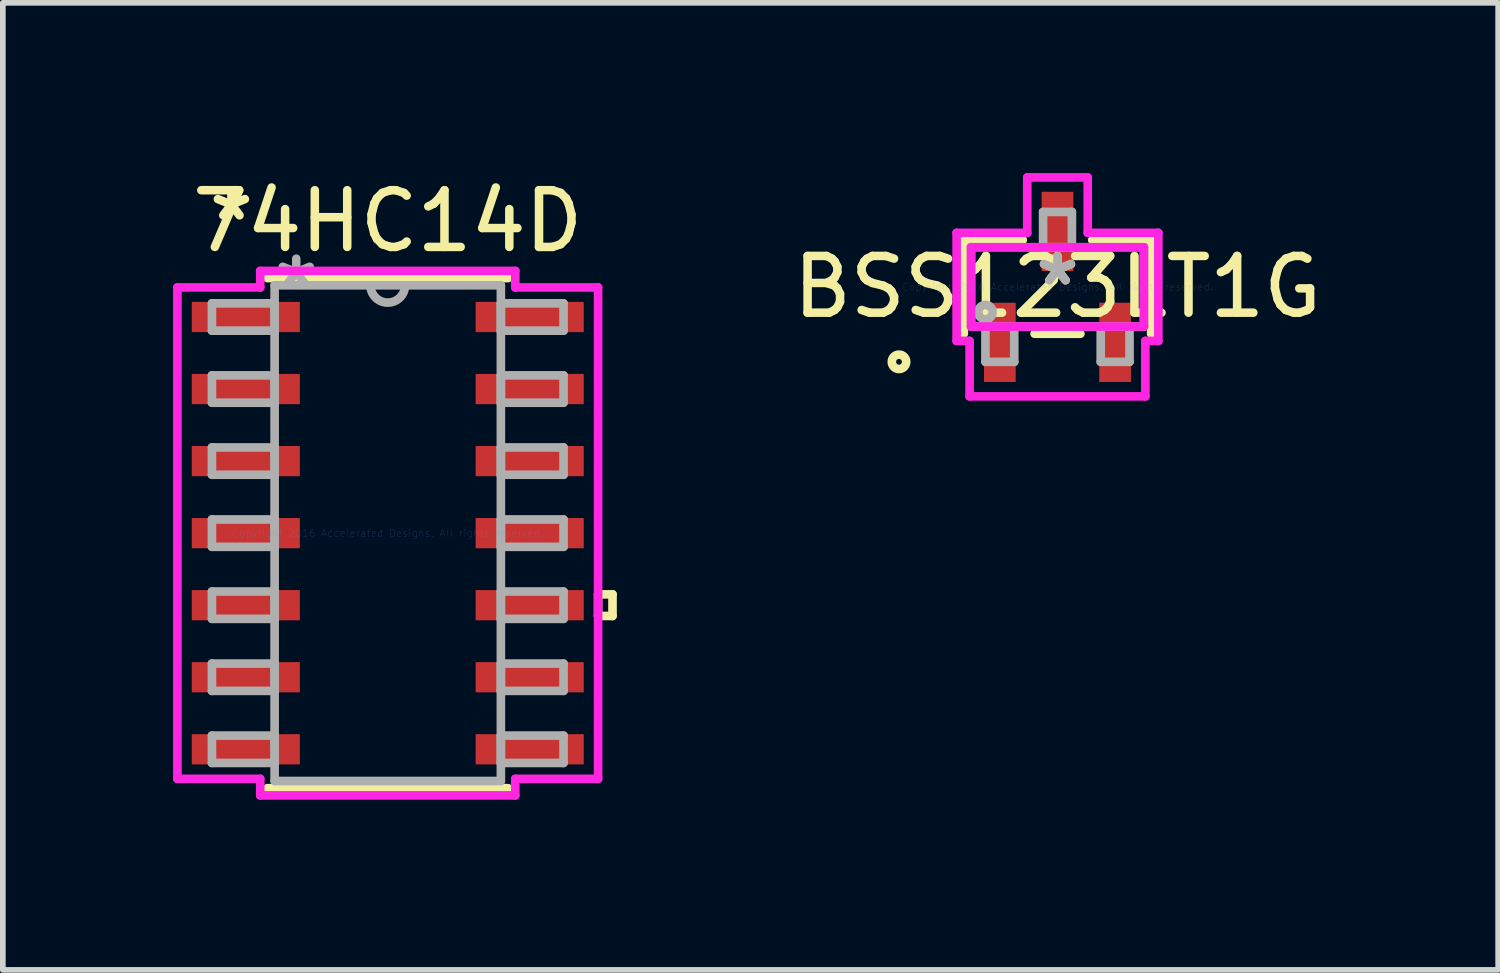
<source format=kicad_pcb>
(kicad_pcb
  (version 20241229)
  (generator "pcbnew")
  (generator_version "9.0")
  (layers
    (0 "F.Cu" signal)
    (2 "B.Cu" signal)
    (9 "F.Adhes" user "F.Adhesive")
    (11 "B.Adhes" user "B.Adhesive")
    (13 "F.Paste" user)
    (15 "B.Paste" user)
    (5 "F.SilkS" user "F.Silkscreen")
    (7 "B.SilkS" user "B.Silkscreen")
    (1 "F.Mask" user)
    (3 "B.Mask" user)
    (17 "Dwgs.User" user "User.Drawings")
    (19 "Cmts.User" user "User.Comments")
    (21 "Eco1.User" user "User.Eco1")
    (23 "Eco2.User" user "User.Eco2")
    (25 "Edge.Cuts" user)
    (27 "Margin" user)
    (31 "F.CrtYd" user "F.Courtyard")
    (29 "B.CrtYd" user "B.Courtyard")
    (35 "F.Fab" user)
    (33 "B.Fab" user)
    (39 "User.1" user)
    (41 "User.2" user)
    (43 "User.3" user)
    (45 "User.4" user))
  (footprint "74HC14D"
    (layer "F.Cu")
    (at 3.785 6.348)
    (property "Reference" "74HC14D" (at 0 -5.5 0) (layer "F.SilkS") (effects (font (size 1 1) (thickness 0.15))))
    (attr through_hole)
    (fp_line (start -2.121 4.496) (end 2.121 4.496) (stroke (width 0.152) (type solid)) (layer "F.SilkS"))
    (fp_line (start 2.121 -4.496) (end -2.121 -4.496) (stroke (width 0.152) (type solid)) (layer "F.SilkS"))
    (fp_line (start 3.708 1.079) (end 3.962 1.079) (stroke (width 0.152) (type solid)) (layer "F.SilkS"))
    (fp_line (start 3.708 1.46) (end 3.708 1.079) (stroke (width 0.152) (type solid)) (layer "F.SilkS"))
    (fp_line (start 3.962 1.079) (end 3.962 1.46) (stroke (width 0.152) (type solid)) (layer "F.SilkS"))
    (fp_line (start 3.962 1.46) (end 3.708 1.46) (stroke (width 0.152) (type solid)) (layer "F.SilkS"))
    (fp_line (start -3.708 -4.331) (end -2.248 -4.331) (stroke (width 0.152) (type solid)) (layer "F.CrtYd"))
    (fp_line (start -3.708 4.331) (end -3.708 -4.331) (stroke (width 0.152) (type solid)) (layer "F.CrtYd"))
    (fp_line (start -2.248 -4.623) (end 2.248 -4.623) (stroke (width 0.152) (type solid)) (layer "F.CrtYd"))
    (fp_line (start -2.248 -4.331) (end -2.248 -4.623) (stroke (width 0.152) (type solid)) (layer "F.CrtYd"))
    (fp_line (start -2.248 4.331) (end -3.708 4.331) (stroke (width 0.152) (type solid)) (layer "F.CrtYd"))
    (fp_line (start -2.248 4.623) (end -2.248 4.331) (stroke (width 0.152) (type solid)) (layer "F.CrtYd"))
    (fp_line (start 2.248 -4.623) (end 2.248 -4.331) (stroke (width 0.152) (type solid)) (layer "F.CrtYd"))
    (fp_line (start 2.248 -4.331) (end 3.708 -4.331) (stroke (width 0.152) (type solid)) (layer "F.CrtYd"))
    (fp_line (start 2.248 4.331) (end 2.248 4.623) (stroke (width 0.152) (type solid)) (layer "F.CrtYd"))
    (fp_line (start 2.248 4.623) (end -2.248 4.623) (stroke (width 0.152) (type solid)) (layer "F.CrtYd"))
    (fp_line (start 3.708 -4.331) (end 3.708 4.331) (stroke (width 0.152) (type solid)) (layer "F.CrtYd"))
    (fp_line (start 3.708 4.331) (end 2.248 4.331) (stroke (width 0.152) (type solid)) (layer "F.CrtYd"))
    (fp_line (start -3.099 -4.051) (end -3.099 -3.569) (stroke (width 0.152) (type solid)) (layer "F.Fab"))
    (fp_line (start -3.099 -3.569) (end -1.994 -3.569) (stroke (width 0.152) (type solid)) (layer "F.Fab"))
    (fp_line (start -3.099 -2.781) (end -3.099 -2.299) (stroke (width 0.152) (type solid)) (layer "F.Fab"))
    (fp_line (start -3.099 -2.299) (end -1.994 -2.299) (stroke (width 0.152) (type solid)) (layer "F.Fab"))
    (fp_line (start -3.099 -1.511) (end -3.099 -1.029) (stroke (width 0.152) (type solid)) (layer "F.Fab"))
    (fp_line (start -3.099 -1.029) (end -1.994 -1.029) (stroke (width 0.152) (type solid)) (layer "F.Fab"))
    (fp_line (start -3.099 -0.241) (end -3.099 0.241) (stroke (width 0.152) (type solid)) (layer "F.Fab"))
    (fp_line (start -3.099 0.241) (end -1.994 0.241) (stroke (width 0.152) (type solid)) (layer "F.Fab"))
    (fp_line (start -3.099 1.029) (end -3.099 1.511) (stroke (width 0.152) (type solid)) (layer "F.Fab"))
    (fp_line (start -3.099 1.511) (end -1.994 1.511) (stroke (width 0.152) (type solid)) (layer "F.Fab"))
    (fp_line (start -3.099 2.299) (end -3.099 2.781) (stroke (width 0.152) (type solid)) (layer "F.Fab"))
    (fp_line (start -3.099 2.781) (end -1.994 2.781) (stroke (width 0.152) (type solid)) (layer "F.Fab"))
    (fp_line (start -3.099 3.569) (end -3.099 4.051) (stroke (width 0.152) (type solid)) (layer "F.Fab"))
    (fp_line (start -3.099 4.051) (end -1.994 4.051) (stroke (width 0.152) (type solid)) (layer "F.Fab"))
    (fp_line (start -1.994 -4.369) (end -1.994 4.369) (stroke (width 0.152) (type solid)) (layer "F.Fab"))
    (fp_line (start -1.994 -4.051) (end -3.099 -4.051) (stroke (width 0.152) (type solid)) (layer "F.Fab"))
    (fp_line (start -1.994 -3.569) (end -1.994 -4.051) (stroke (width 0.152) (type solid)) (layer "F.Fab"))
    (fp_line (start -1.994 -2.781) (end -3.099 -2.781) (stroke (width 0.152) (type solid)) (layer "F.Fab"))
    (fp_line (start -1.994 -2.299) (end -1.994 -2.781) (stroke (width 0.152) (type solid)) (layer "F.Fab"))
    (fp_line (start -1.994 -1.511) (end -3.099 -1.511) (stroke (width 0.152) (type solid)) (layer "F.Fab"))
    (fp_line (start -1.994 -1.029) (end -1.994 -1.511) (stroke (width 0.152) (type solid)) (layer "F.Fab"))
    (fp_line (start -1.994 -0.241) (end -3.099 -0.241) (stroke (width 0.152) (type solid)) (layer "F.Fab"))
    (fp_line (start -1.994 0.241) (end -1.994 -0.241) (stroke (width 0.152) (type solid)) (layer "F.Fab"))
    (fp_line (start -1.994 1.029) (end -3.099 1.029) (stroke (width 0.152) (type solid)) (layer "F.Fab"))
    (fp_line (start -1.994 1.511) (end -1.994 1.029) (stroke (width 0.152) (type solid)) (layer "F.Fab"))
    (fp_line (start -1.994 2.299) (end -3.099 2.299) (stroke (width 0.152) (type solid)) (layer "F.Fab"))
    (fp_line (start -1.994 2.781) (end -1.994 2.299) (stroke (width 0.152) (type solid)) (layer "F.Fab"))
    (fp_line (start -1.994 3.569) (end -3.099 3.569) (stroke (width 0.152) (type solid)) (layer "F.Fab"))
    (fp_line (start -1.994 4.051) (end -1.994 3.569) (stroke (width 0.152) (type solid)) (layer "F.Fab"))
    (fp_line (start -1.994 4.369) (end 1.994 4.369) (stroke (width 0.152) (type solid)) (layer "F.Fab"))
    (fp_line (start 1.994 -4.369) (end -1.994 -4.369) (stroke (width 0.152) (type solid)) (layer "F.Fab"))
    (fp_line (start 1.994 -4.051) (end 1.994 -3.569) (stroke (width 0.152) (type solid)) (layer "F.Fab"))
    (fp_line (start 1.994 -3.569) (end 3.099 -3.569) (stroke (width 0.152) (type solid)) (layer "F.Fab"))
    (fp_line (start 1.994 -2.781) (end 1.994 -2.299) (stroke (width 0.152) (type solid)) (layer "F.Fab"))
    (fp_line (start 1.994 -2.299) (end 3.099 -2.299) (stroke (width 0.152) (type solid)) (layer "F.Fab"))
    (fp_line (start 1.994 -1.511) (end 1.994 -1.029) (stroke (width 0.152) (type solid)) (layer "F.Fab"))
    (fp_line (start 1.994 -1.029) (end 3.099 -1.029) (stroke (width 0.152) (type solid)) (layer "F.Fab"))
    (fp_line (start 1.994 -0.241) (end 1.994 0.241) (stroke (width 0.152) (type solid)) (layer "F.Fab"))
    (fp_line (start 1.994 0.241) (end 3.099 0.241) (stroke (width 0.152) (type solid)) (layer "F.Fab"))
    (fp_line (start 1.994 1.029) (end 1.994 1.511) (stroke (width 0.152) (type solid)) (layer "F.Fab"))
    (fp_line (start 1.994 1.511) (end 3.099 1.511) (stroke (width 0.152) (type solid)) (layer "F.Fab"))
    (fp_line (start 1.994 2.299) (end 1.994 2.781) (stroke (width 0.152) (type solid)) (layer "F.Fab"))
    (fp_line (start 1.994 2.781) (end 3.099 2.781) (stroke (width 0.152) (type solid)) (layer "F.Fab"))
    (fp_line (start 1.994 3.569) (end 1.994 4.051) (stroke (width 0.152) (type solid)) (layer "F.Fab"))
    (fp_line (start 1.994 4.051) (end 3.099 4.051) (stroke (width 0.152) (type solid)) (layer "F.Fab"))
    (fp_line (start 1.994 4.369) (end 1.994 -4.369) (stroke (width 0.152) (type solid)) (layer "F.Fab"))
    (fp_line (start 3.099 -4.051) (end 1.994 -4.051) (stroke (width 0.152) (type solid)) (layer "F.Fab"))
    (fp_line (start 3.099 -3.569) (end 3.099 -4.051) (stroke (width 0.152) (type solid)) (layer "F.Fab"))
    (fp_line (start 3.099 -2.781) (end 1.994 -2.781) (stroke (width 0.152) (type solid)) (layer "F.Fab"))
    (fp_line (start 3.099 -2.299) (end 3.099 -2.781) (stroke (width 0.152) (type solid)) (layer "F.Fab"))
    (fp_line (start 3.099 -1.511) (end 1.994 -1.511) (stroke (width 0.152) (type solid)) (layer "F.Fab"))
    (fp_line (start 3.099 -1.029) (end 3.099 -1.511) (stroke (width 0.152) (type solid)) (layer "F.Fab"))
    (fp_line (start 3.099 -0.241) (end 1.994 -0.241) (stroke (width 0.152) (type solid)) (layer "F.Fab"))
    (fp_line (start 3.099 0.241) (end 3.099 -0.241) (stroke (width 0.152) (type solid)) (layer "F.Fab"))
    (fp_line (start 3.099 1.029) (end 1.994 1.029) (stroke (width 0.152) (type solid)) (layer "F.Fab"))
    (fp_line (start 3.099 1.511) (end 3.099 1.029) (stroke (width 0.152) (type solid)) (layer "F.Fab"))
    (fp_line (start 3.099 2.299) (end 1.994 2.299) (stroke (width 0.152) (type solid)) (layer "F.Fab"))
    (fp_line (start 3.099 2.781) (end 3.099 2.299) (stroke (width 0.152) (type solid)) (layer "F.Fab"))
    (fp_line (start 3.099 3.569) (end 1.994 3.569) (stroke (width 0.152) (type solid)) (layer "F.Fab"))
    (fp_line (start 3.099 4.051) (end 3.099 3.569) (stroke (width 0.152) (type solid)) (layer "F.Fab"))
    (fp_arc (start 0.3048 -4.3688) (mid 0 -4.064) (end -0.3048 -4.3688) (stroke (width 0.1524) (type solid)) (layer "F.Fab"))
    (fp_text user "*" (at -2.756 -5.486 0) (layer "F.SilkS") (effects (font (size 1 1) (thickness 0.15))))
    (fp_text user "Copyright 2016 Accelerated Designs. All rights reserved." (at 0 0 0) (layer "Cmts.User") (effects (font (size 0.127 0.127) (thickness 0.002))))
    (fp_text user "*" (at -1.613 -4.293 0) (layer "F.Fab") (effects (font (size 1 1) (thickness 0.15))))
    (pad "1A" smd rect (at -2.502 -3.81) (size 1.905 0.533) (layers "F.Cu" "F.Mask" "F.Paste"))
    (pad "1Y" smd rect (at -2.502 -2.54) (size 1.905 0.533) (layers "F.Cu" "F.Mask" "F.Paste"))
    (pad "2A" smd rect (at -2.502 -1.27) (size 1.905 0.533) (layers "F.Cu" "F.Mask" "F.Paste"))
    (pad "2Y" smd rect (at -2.502 0) (size 1.905 0.533) (layers "F.Cu" "F.Mask" "F.Paste"))
    (pad "3A" smd rect (at -2.502 1.27) (size 1.905 0.533) (layers "F.Cu" "F.Mask" "F.Paste"))
    (pad "3Y" smd rect (at -2.502 2.54) (size 1.905 0.533) (layers "F.Cu" "F.Mask" "F.Paste"))
    (pad "4A" smd rect (at 2.502 2.54) (size 1.905 0.533) (layers "F.Cu" "F.Mask" "F.Paste"))
    (pad "4Y" smd rect (at 2.502 3.81) (size 1.905 0.533) (layers "F.Cu" "F.Mask" "F.Paste"))
    (pad "5A" smd rect (at 2.502 0) (size 1.905 0.533) (layers "F.Cu" "F.Mask" "F.Paste"))
    (pad "5Y" smd rect (at 2.502 1.27) (size 1.905 0.533) (layers "F.Cu" "F.Mask" "F.Paste"))
    (pad "6A" smd rect (at 2.502 -2.54) (size 1.905 0.533) (layers "F.Cu" "F.Mask" "F.Paste"))
    (pad "6Y" smd rect (at 2.502 -1.27) (size 1.905 0.533) (layers "F.Cu" "F.Mask" "F.Paste"))
    (pad "GND" smd rect (at -2.502 3.81) (size 1.905 0.533) (layers "F.Cu" "F.Mask" "F.Paste"))
    (pad "VCC" smd rect (at 2.502 -3.81) (size 1.905 0.533) (layers "F.Cu" "F.Mask" "F.Paste")))
  (footprint "BSS123LT1G"
    (layer "F.Cu")
    (at 15.591 2.007)
    (property "Reference" "BSS123LT1G" (at 0 0 0) (layer "F.SilkS") (effects (font (size 1 1) (thickness 0.15))))
    (attr through_hole)
    (fp_line (start -1.651 -0.826) (end -1.651 0.826) (stroke (width 0.152) (type solid)) (layer "F.SilkS"))
    (fp_line (start -0.612 -0.826) (end -1.651 -0.826) (stroke (width 0.152) (type solid)) (layer "F.SilkS"))
    (fp_line (start -0.404 0.826) (end 0.404 0.826) (stroke (width 0.152) (type solid)) (layer "F.SilkS"))
    (fp_line (start 1.651 -0.826) (end 0.612 -0.826) (stroke (width 0.152) (type solid)) (layer "F.SilkS"))
    (fp_line (start 1.651 0.826) (end 1.651 -0.826) (stroke (width 0.152) (type solid)) (layer "F.SilkS"))
    (fp_circle (center -2.794 1.321) (end -2.667 1.321) (stroke (width 0.152) (type solid)) (fill no) (layer "F.SilkS"))
    (fp_line (start -1.778 -0.953) (end -0.533 -0.953) (stroke (width 0.152) (type solid)) (layer "F.CrtYd"))
    (fp_line (start -1.778 0.953) (end -1.778 -0.953) (stroke (width 0.152) (type solid)) (layer "F.CrtYd"))
    (fp_line (start -1.549 0.953) (end -1.778 0.953) (stroke (width 0.152) (type solid)) (layer "F.CrtYd"))
    (fp_line (start -1.549 1.93) (end -1.549 0.953) (stroke (width 0.152) (type solid)) (layer "F.CrtYd"))
    (fp_line (start -1.524 -0.699) (end 1.524 -0.699) (stroke (width 0.152) (type solid)) (layer "F.CrtYd"))
    (fp_line (start -1.524 0.699) (end -1.524 -0.699) (stroke (width 0.152) (type solid)) (layer "F.CrtYd"))
    (fp_line (start -0.533 -1.93) (end 0.533 -1.93) (stroke (width 0.152) (type solid)) (layer "F.CrtYd"))
    (fp_line (start -0.533 -0.953) (end -0.533 -1.93) (stroke (width 0.152) (type solid)) (layer "F.CrtYd"))
    (fp_line (start 0.533 -1.93) (end 0.533 -0.953) (stroke (width 0.152) (type solid)) (layer "F.CrtYd"))
    (fp_line (start 0.533 -0.953) (end 1.778 -0.953) (stroke (width 0.152) (type solid)) (layer "F.CrtYd"))
    (fp_line (start 1.524 -0.699) (end 1.524 0.699) (stroke (width 0.152) (type solid)) (layer "F.CrtYd"))
    (fp_line (start 1.524 0.699) (end -1.524 0.699) (stroke (width 0.152) (type solid)) (layer "F.CrtYd"))
    (fp_line (start 1.549 0.953) (end 1.549 1.93) (stroke (width 0.152) (type solid)) (layer "F.CrtYd"))
    (fp_line (start 1.549 1.93) (end -1.549 1.93) (stroke (width 0.152) (type solid)) (layer "F.CrtYd"))
    (fp_line (start 1.778 -0.953) (end 1.778 0.953) (stroke (width 0.152) (type solid)) (layer "F.CrtYd"))
    (fp_line (start 1.778 0.953) (end 1.549 0.953) (stroke (width 0.152) (type solid)) (layer "F.CrtYd"))
    (fp_line (start -1.524 -0.699) (end -1.524 0.699) (stroke (width 0.152) (type solid)) (layer "F.Fab"))
    (fp_line (start -1.524 0.699) (end 1.524 0.699) (stroke (width 0.152) (type solid)) (layer "F.Fab"))
    (fp_line (start -1.27 0.699) (end -1.27 1.321) (stroke (width 0.152) (type solid)) (layer "F.Fab"))
    (fp_line (start -1.27 1.321) (end -0.762 1.321) (stroke (width 0.152) (type solid)) (layer "F.Fab"))
    (fp_line (start -0.762 0.699) (end -1.27 0.699) (stroke (width 0.152) (type solid)) (layer "F.Fab"))
    (fp_line (start -0.762 1.321) (end -0.762 0.699) (stroke (width 0.152) (type solid)) (layer "F.Fab"))
    (fp_line (start -0.254 -1.321) (end -0.254 -0.699) (stroke (width 0.152) (type solid)) (layer "F.Fab"))
    (fp_line (start -0.254 -0.699) (end 0.254 -0.699) (stroke (width 0.152) (type solid)) (layer "F.Fab"))
    (fp_line (start 0.254 -1.321) (end -0.254 -1.321) (stroke (width 0.152) (type solid)) (layer "F.Fab"))
    (fp_line (start 0.254 -0.699) (end 0.254 -1.321) (stroke (width 0.152) (type solid)) (layer "F.Fab"))
    (fp_line (start 0.762 0.699) (end 0.762 1.321) (stroke (width 0.152) (type solid)) (layer "F.Fab"))
    (fp_line (start 0.762 1.321) (end 1.27 1.321) (stroke (width 0.152) (type solid)) (layer "F.Fab"))
    (fp_line (start 1.27 0.699) (end 0.762 0.699) (stroke (width 0.152) (type solid)) (layer "F.Fab"))
    (fp_line (start 1.27 1.321) (end 1.27 0.699) (stroke (width 0.152) (type solid)) (layer "F.Fab"))
    (fp_line (start 1.524 -0.699) (end -1.524 -0.699) (stroke (width 0.152) (type solid)) (layer "F.Fab"))
    (fp_line (start 1.524 0.699) (end 1.524 -0.699) (stroke (width 0.152) (type solid)) (layer "F.Fab"))
    (fp_circle (center -1.27 0.445) (end -1.143 0.445) (stroke (width 0.152) (type solid)) (fill no) (layer "F.Fab"))
    (fp_text user "*" (at 0 0 0) (layer "F.SilkS") (effects (font (size 1 1) (thickness 0.15))))
    (fp_text user "Copyright 2016 Accelerated Designs. All rights reserved." (at 0 0 0) (layer "Cmts.User") (effects (font (size 0.127 0.127) (thickness 0.002))))
    (fp_text user "*" (at 0 0 0) (layer "F.Fab") (effects (font (size 1 1) (thickness 0.15))))
    (pad "1" smd rect (at -1.016 0.978) (size 0.559 1.397) (layers "F.Cu" "F.Mask" "F.Paste"))
    (pad "2" smd rect (at 1.016 0.978) (size 0.559 1.397) (layers "F.Cu" "F.Mask" "F.Paste"))
    (pad "3" smd rect (at 0 -0.978) (size 0.559 1.397) (layers "F.Cu" "F.Mask" "F.Paste")))
  (gr_rect
    (start -3 -3)
    (end 23.359 14.047)
    (stroke (width 0.1) (type default))
    (fill no)
    (layer "Edge.Cuts")))
</source>
